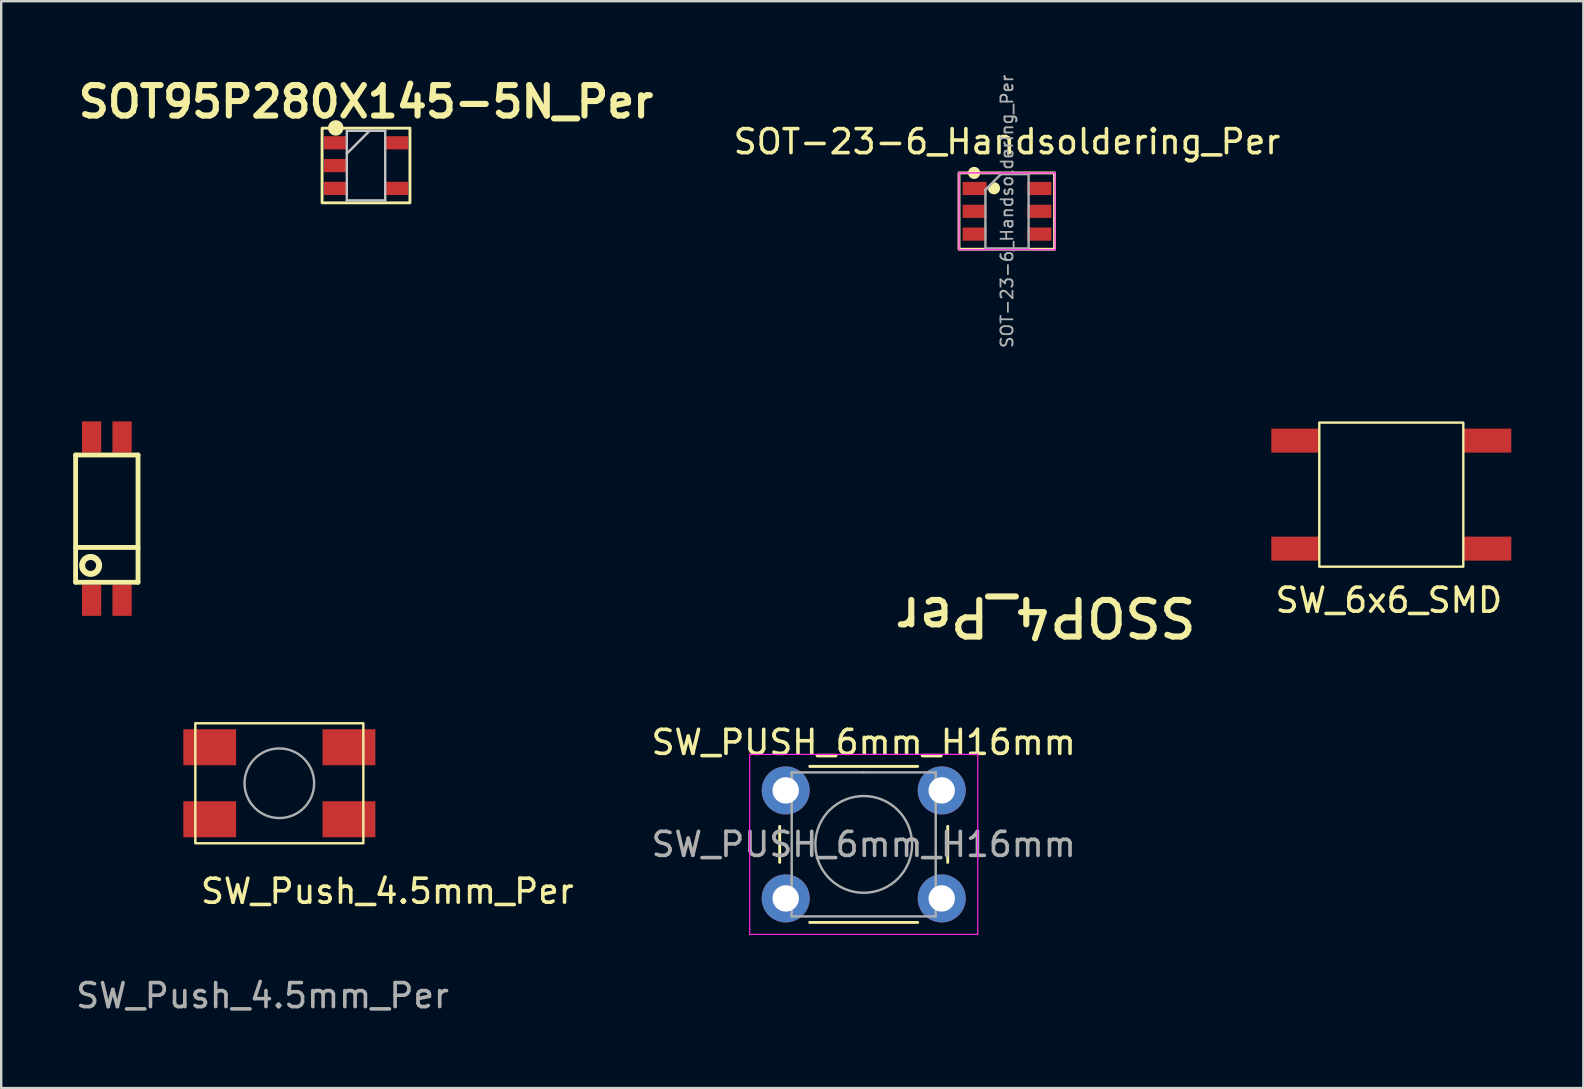
<source format=kicad_pcb>
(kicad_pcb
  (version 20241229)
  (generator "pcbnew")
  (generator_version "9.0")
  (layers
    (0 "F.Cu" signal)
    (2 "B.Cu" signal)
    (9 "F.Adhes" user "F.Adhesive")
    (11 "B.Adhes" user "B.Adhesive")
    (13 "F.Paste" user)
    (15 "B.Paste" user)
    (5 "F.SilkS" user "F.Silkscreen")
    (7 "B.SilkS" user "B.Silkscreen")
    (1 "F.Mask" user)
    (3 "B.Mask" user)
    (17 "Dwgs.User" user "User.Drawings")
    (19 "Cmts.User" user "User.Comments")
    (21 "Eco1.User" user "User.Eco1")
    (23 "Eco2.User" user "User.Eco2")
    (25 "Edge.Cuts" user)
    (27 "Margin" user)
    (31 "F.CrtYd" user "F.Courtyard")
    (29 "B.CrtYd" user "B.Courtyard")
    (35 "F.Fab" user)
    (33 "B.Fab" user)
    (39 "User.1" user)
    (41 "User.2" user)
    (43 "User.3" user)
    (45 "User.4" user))
  (footprint "SW_PUSH_6mm_H16mm"
    (layer "F.Cu")
    (at 32.932 32.128)
    (property "Reference" "SW_PUSH_6mm_H16mm" (at 0 -4.25 0) (layer "F.SilkS") (effects (font (size 1 1) (thickness 0.15))))
    (attr through_hole)
    (fp_line (start -3.5 -0.75) (end -3.5 0.75) (stroke (width 0.12) (type solid)) (layer "F.SilkS"))
    (fp_line (start -2.25 3.25) (end 2.25 3.25) (stroke (width 0.12) (type solid)) (layer "F.SilkS"))
    (fp_line (start 2.25 -3.25) (end -2.25 -3.25) (stroke (width 0.12) (type solid)) (layer "F.SilkS"))
    (fp_line (start 3.5 0.75) (end 3.5 -0.75) (stroke (width 0.12) (type solid)) (layer "F.SilkS"))
    (fp_line (start -4.75 -3.75) (end -4.5 -3.75) (stroke (width 0.05) (type solid)) (layer "F.CrtYd"))
    (fp_line (start -4.75 -3.5) (end -4.75 -3.75) (stroke (width 0.05) (type solid)) (layer "F.CrtYd"))
    (fp_line (start -4.75 3.5) (end -4.75 -3.5) (stroke (width 0.05) (type solid)) (layer "F.CrtYd"))
    (fp_line (start -4.75 3.5) (end -4.75 3.75) (stroke (width 0.05) (type solid)) (layer "F.CrtYd"))
    (fp_line (start -4.75 3.75) (end -4.5 3.75) (stroke (width 0.05) (type solid)) (layer "F.CrtYd"))
    (fp_line (start -4.5 -3.75) (end 4.5 -3.75) (stroke (width 0.05) (type solid)) (layer "F.CrtYd"))
    (fp_line (start 4.5 -3.75) (end 4.75 -3.75) (stroke (width 0.05) (type solid)) (layer "F.CrtYd"))
    (fp_line (start 4.5 3.75) (end -4.5 3.75) (stroke (width 0.05) (type solid)) (layer "F.CrtYd"))
    (fp_line (start 4.5 3.75) (end 4.75 3.75) (stroke (width 0.05) (type solid)) (layer "F.CrtYd"))
    (fp_line (start 4.75 -3.75) (end 4.75 -3.5) (stroke (width 0.05) (type solid)) (layer "F.CrtYd"))
    (fp_line (start 4.75 -3.5) (end 4.75 3.5) (stroke (width 0.05) (type solid)) (layer "F.CrtYd"))
    (fp_line (start 4.75 3.75) (end 4.75 3.5) (stroke (width 0.05) (type solid)) (layer "F.CrtYd"))
    (fp_line (start -3 -3) (end 0 -3) (stroke (width 0.1) (type solid)) (layer "F.Fab"))
    (fp_line (start -3 3) (end -3 -3) (stroke (width 0.1) (type solid)) (layer "F.Fab"))
    (fp_line (start 0 -3) (end 3 -3) (stroke (width 0.1) (type solid)) (layer "F.Fab"))
    (fp_line (start 3 -3) (end 3 3) (stroke (width 0.1) (type solid)) (layer "F.Fab"))
    (fp_line (start 3 3) (end -3 3) (stroke (width 0.1) (type solid)) (layer "F.Fab"))
    (fp_circle (center 0 0) (end -2 0.25) (stroke (width 0.1) (type solid)) (fill no) (layer "F.Fab"))
    (fp_text user "${REFERENCE}" (at 0 0 0) (layer "F.Fab") (effects (font (size 1 1) (thickness 0.15))))
    (pad "1" thru_hole circle (at -3.25 -2.25 90) (size 2 2) (drill 1.1) (layers "*.Cu" "*.Mask"))
    (pad "1" thru_hole circle (at 3.25 -2.25 90) (size 2 2) (drill 1.1) (layers "*.Cu" "*.Mask"))
    (pad "2" thru_hole circle (at -3.25 2.25 90) (size 2 2) (drill 1.1) (layers "*.Cu" "*.Mask"))
    (pad "2" thru_hole circle (at 3.25 2.25 90) (size 2 2) (drill 1.1) (layers "*.Cu" "*.Mask")))
  (footprint "SW_Push_4.5mm_Per"
    (layer "F.Cu")
    (at 8.587 29.58)
    (property "Reference" "SW_Push_4.5mm_Per" (at 4.5 4.5 0) (layer "F.SilkS") (effects (font (size 1 1) (thickness 0.15))))
    (attr smd)
    (fp_rect (start -3.5 -2.5) (end 3.5 2.5) (stroke (width 0.1) (type default)) (fill no) (layer "F.SilkS"))
    (fp_circle (center 0 0) (end 1.45 0) (stroke (width 0.1) (type solid)) (fill no) (layer "F.Fab"))
    (fp_text user "${REFERENCE}" (at -0.7 8.85 0) (layer "F.Fab") (effects (font (size 1 1) (thickness 0.15))))
    (pad "1" smd rect (at -2.9 -1.5) (size 2.2 1.5) (layers "F.Cu" "F.Mask" "F.Paste"))
    (pad "1" smd rect (at 2.9 -1.5) (size 2.2 1.5) (layers "F.Cu" "F.Mask" "F.Paste"))
    (pad "2" smd rect (at -2.9 1.5) (size 2.2 1.5) (layers "F.Cu" "F.Mask" "F.Paste"))
    (pad "2" smd rect (at 2.9 1.5) (size 2.2 1.5) (layers "F.Cu" "F.Mask" "F.Paste")))
  (footprint "SOT95P280X145-5N_Per"
    (layer "F.Cu")
    (at 12.198 3.849)
    (property "Reference" "SOT95P280X145-5N_Per" (at 0 -2.66 0) (layer "F.SilkS") (effects (font (size 1.27 1.27) (thickness 0.254))))
    (attr smd)
    (fp_rect (start -1.83 -1.56) (end 1.83 1.55) (stroke (width 0.12) (type solid)) (fill no) (layer "F.SilkS"))
    (fp_circle (center -1.26 -1.57) (end -0.998 -1.57) (stroke (width 0.12) (type solid)) (fill yes) (layer "F.SilkS"))
    (fp_line (start -0.8 -1.45) (end 0.8 -1.45) (stroke (width 0.1) (type solid)) (layer "Dwgs.User"))
    (fp_line (start -0.8 -0.5) (end 0.15 -1.45) (stroke (width 0.1) (type solid)) (layer "Dwgs.User"))
    (fp_line (start -0.8 1.45) (end -0.8 -1.45) (stroke (width 0.1) (type solid)) (layer "Dwgs.User"))
    (fp_line (start 0.8 -1.45) (end 0.8 1.45) (stroke (width 0.1) (type solid)) (layer "Dwgs.User"))
    (fp_line (start 0.8 1.45) (end -0.8 1.45) (stroke (width 0.1) (type solid)) (layer "Dwgs.User"))
    (pad "1" smd rect (at -1.25 -0.95 90) (size 0.55 1) (layers "F.Cu" "F.Mask" "F.Paste"))
    (pad "2" smd rect (at -1.25 0 90) (size 0.55 1) (layers "F.Cu" "F.Mask" "F.Paste"))
    (pad "3" smd rect (at -1.25 0.95 90) (size 0.55 1) (layers "F.Cu" "F.Mask" "F.Paste"))
    (pad "4" smd rect (at 1.25 0.95 90) (size 0.55 1) (layers "F.Cu" "F.Mask" "F.Paste"))
    (pad "5" smd rect (at 1.25 -0.95 90) (size 0.55 1) (layers "F.Cu" "F.Mask" "F.Paste")))
  (footprint "SSOP4_Per"
    (layer "F.Cu")
    (at 1.4 18.556)
    (property "Reference" "SSOP4_Per" (at 45.511 3.188 180) (unlocked yes) (layer "F.SilkS") (effects (font (size 1.524 1.524) (thickness 0.254)) (justify left bottom)))
    (fp_line (start -1.3 -2.65) (end -1.3 2.65) (stroke (width 0.2) (type solid)) (layer "F.SilkS"))
    (fp_line (start 1.3 -2.65) (end -1.3 -2.65) (stroke (width 0.2) (type solid)) (layer "F.SilkS"))
    (fp_line (start 1.3 -2.65) (end 1.3 2.65) (stroke (width 0.2) (type solid)) (layer "F.SilkS"))
    (fp_line (start 1.3 1.2) (end -1.3 1.2) (stroke (width 0.2) (type solid)) (layer "F.SilkS"))
    (fp_line (start 1.3 2.65) (end -1.3 2.65) (stroke (width 0.2) (type solid)) (layer "F.SilkS"))
    (fp_circle (center -0.675 1.95) (end -0.675 2.304) (stroke (width 0.25) (type solid)) (fill no) (layer "F.SilkS"))
    (fp_line (start 0 -0.5) (end 0 0.5) (stroke (width 0.1) (type solid)) (layer "User.1"))
    (fp_line (start 0.5 0) (end -0.5 0) (stroke (width 0.1) (type solid)) (layer "User.1"))
    (pad "1" smd rect (at -0.635 3.4 180) (size 0.8 1.3) (layers "F.Cu" "F.Mask" "F.Paste"))
    (pad "2" smd rect (at 0.635 3.4 180) (size 0.8 1.3) (layers "F.Cu" "F.Mask" "F.Paste"))
    (pad "3" smd rect (at 0.635 -3.4 180) (size 0.8 1.3) (layers "F.Cu" "F.Mask" "F.Paste"))
    (pad "4" smd rect (at -0.635 -3.4 180) (size 0.8 1.3) (layers "F.Cu" "F.Mask" "F.Paste")))
  (footprint "SOT-23-6_Handsoldering_Per"
    (layer "F.Cu")
    (at 38.902 5.753)
    (property "Reference" "SOT-23-6_Handsoldering_Per" (at 0 -2.9 0) (layer "F.SilkS") (effects (font (size 1 1) (thickness 0.15))))
    (attr smd)
    (fp_rect (start -2 -1.6) (end 1.98 1.58) (stroke (width 0.12) (type solid)) (fill no) (layer "F.SilkS"))
    (fp_circle (center -1.37 -1.6) (end -1.178 -1.6) (stroke (width 0.12) (type solid)) (fill yes) (layer "F.SilkS"))
    (fp_circle (center -0.542 -0.96) (end -0.35 -0.96) (stroke (width 0.12) (type solid)) (fill yes) (layer "F.SilkS"))
    (fp_line (start -2 -1.6) (end 2 -1.6) (stroke (width 0.05) (type solid)) (layer "F.CrtYd"))
    (fp_line (start -2 1.6) (end -2 -1.6) (stroke (width 0.05) (type solid)) (layer "F.CrtYd"))
    (fp_line (start 2 -1.6) (end 2 1.6) (stroke (width 0.05) (type solid)) (layer "F.CrtYd"))
    (fp_line (start 2 1.6) (end -2 1.6) (stroke (width 0.05) (type solid)) (layer "F.CrtYd"))
    (fp_line (start -0.9 -0.9) (end -0.9 1.55) (stroke (width 0.1) (type solid)) (layer "F.Fab"))
    (fp_line (start -0.9 -0.9) (end -0.25 -1.55) (stroke (width 0.1) (type solid)) (layer "F.Fab"))
    (fp_line (start 0.9 -1.55) (end -0.25 -1.55) (stroke (width 0.1) (type solid)) (layer "F.Fab"))
    (fp_line (start 0.9 -1.55) (end 0.9 1.55) (stroke (width 0.1) (type solid)) (layer "F.Fab"))
    (fp_line (start 0.9 1.55) (end -0.9 1.55) (stroke (width 0.1) (type solid)) (layer "F.Fab"))
    (fp_text user "${REFERENCE}" (at 0 0 90) (layer "F.Fab") (effects (font (size 0.5 0.5) (thickness 0.075))))
    (pad "1" smd rect (at -1.35 -0.95) (size 1 0.55) (layers "F.Cu" "F.Mask" "F.Paste"))
    (pad "2" smd rect (at -1.35 0) (size 1 0.55) (layers "F.Cu" "F.Mask" "F.Paste"))
    (pad "3" smd rect (at -1.35 0.95) (size 1 0.55) (layers "F.Cu" "F.Mask" "F.Paste"))
    (pad "4" smd rect (at 1.35 0.95) (size 1 0.55) (layers "F.Cu" "F.Mask" "F.Paste"))
    (pad "5" smd rect (at 1.35 0) (size 1 0.55) (layers "F.Cu" "F.Mask" "F.Paste"))
    (pad "6" smd rect (at 1.35 -0.95) (size 1 0.55) (layers "F.Cu" "F.Mask" "F.Paste")))
  (footprint "SW_6x6_SMD"
    (layer "F.Cu")
    (at 54.911 17.556)
    (property "Reference" "SW_6x6_SMD" (at -0.1 4.4 0) (layer "F.SilkS") (effects (font (size 1 1) (thickness 0.15))))
    (attr smd)
    (fp_rect (start -3 -3) (end 3 3) (stroke (width 0.1) (type default)) (fill no) (layer "F.SilkS"))
    (pad "1" smd rect (at -4 -2.25) (size 2 1) (layers "F.Cu" "F.Mask" "F.Paste"))
    (pad "1" smd rect (at 4 -2.25) (size 2 1) (layers "F.Cu" "F.Mask" "F.Paste"))
    (pad "2" smd rect (at -4 2.25) (size 2 1) (layers "F.Cu" "F.Mask" "F.Paste"))
    (pad "2" smd rect (at 4 2.25) (size 2 1) (layers "F.Cu" "F.Mask" "F.Paste")))
  (gr_rect
    (start -3 -3)
    (end 62.911 42.278)
    (stroke (width 0.1) (type default))
    (fill no)
    (layer "Edge.Cuts")))
</source>
